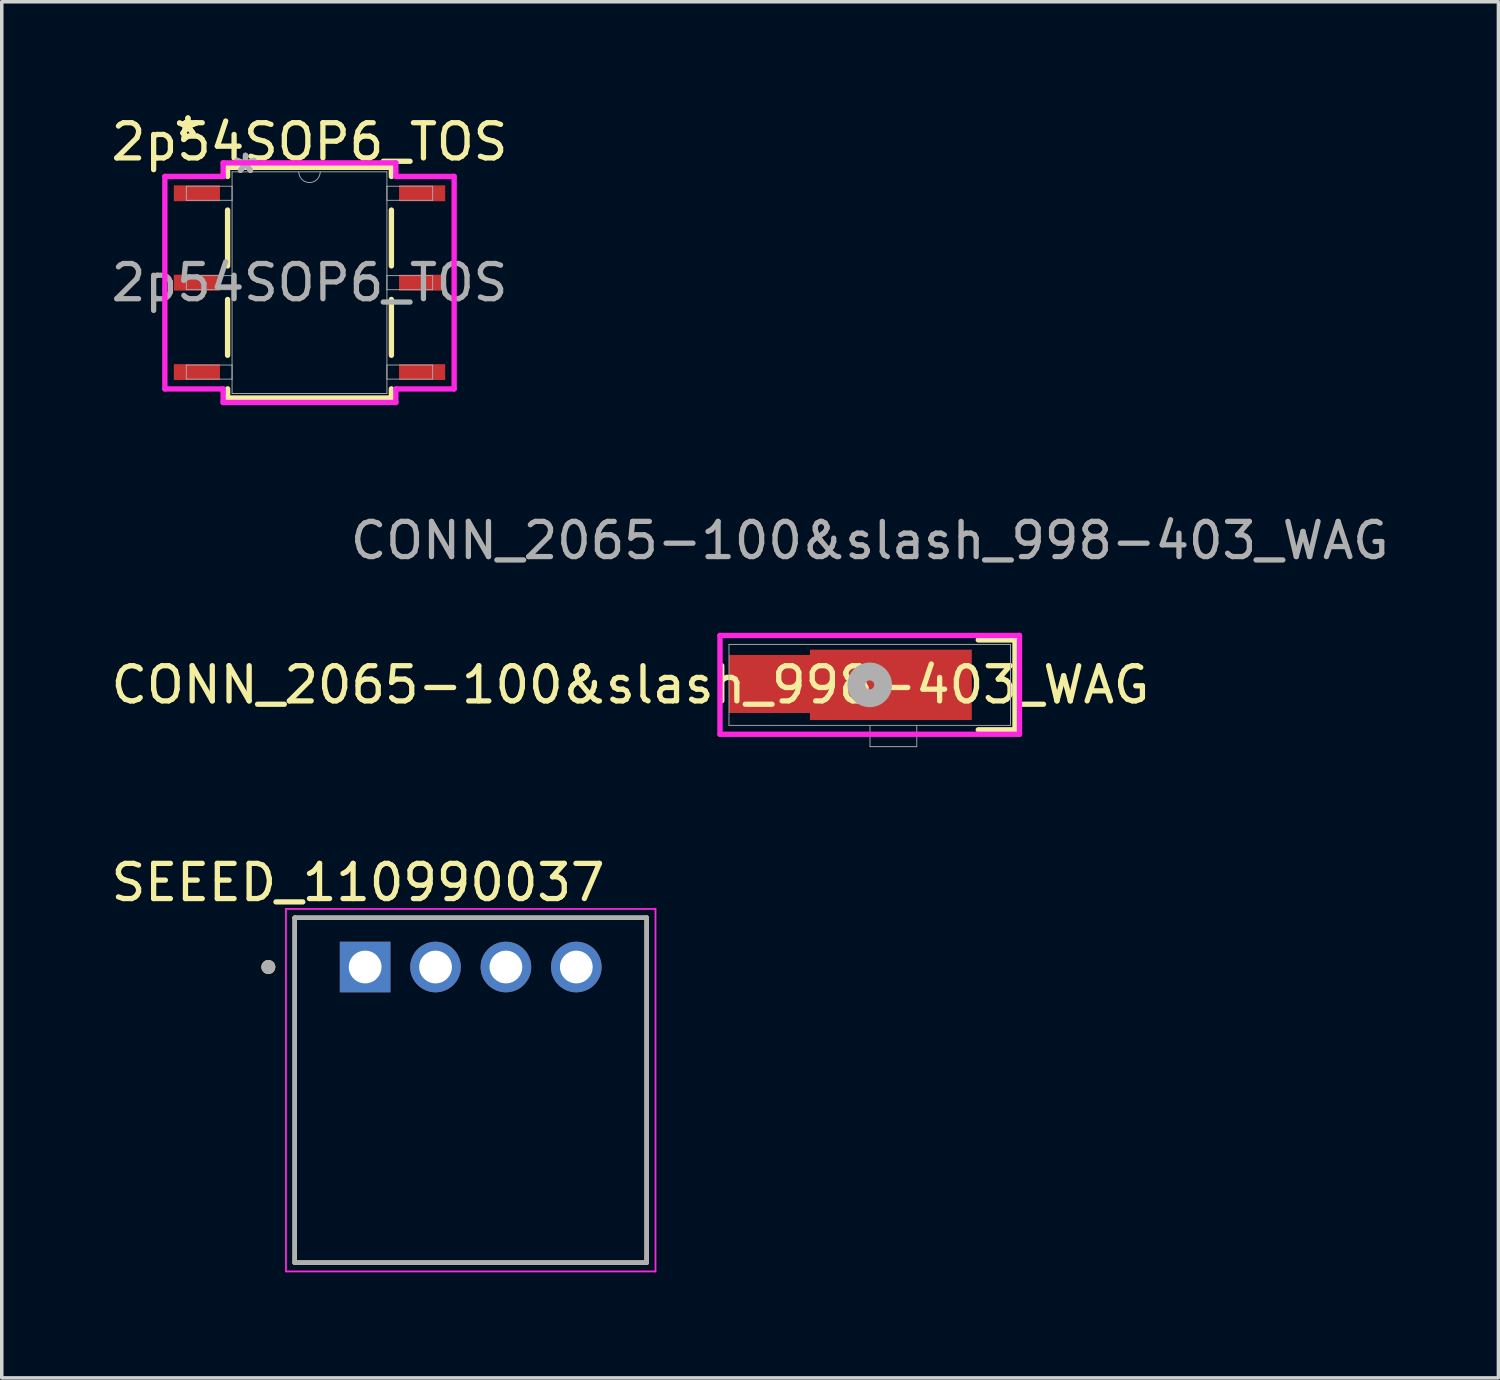
<source format=kicad_pcb>
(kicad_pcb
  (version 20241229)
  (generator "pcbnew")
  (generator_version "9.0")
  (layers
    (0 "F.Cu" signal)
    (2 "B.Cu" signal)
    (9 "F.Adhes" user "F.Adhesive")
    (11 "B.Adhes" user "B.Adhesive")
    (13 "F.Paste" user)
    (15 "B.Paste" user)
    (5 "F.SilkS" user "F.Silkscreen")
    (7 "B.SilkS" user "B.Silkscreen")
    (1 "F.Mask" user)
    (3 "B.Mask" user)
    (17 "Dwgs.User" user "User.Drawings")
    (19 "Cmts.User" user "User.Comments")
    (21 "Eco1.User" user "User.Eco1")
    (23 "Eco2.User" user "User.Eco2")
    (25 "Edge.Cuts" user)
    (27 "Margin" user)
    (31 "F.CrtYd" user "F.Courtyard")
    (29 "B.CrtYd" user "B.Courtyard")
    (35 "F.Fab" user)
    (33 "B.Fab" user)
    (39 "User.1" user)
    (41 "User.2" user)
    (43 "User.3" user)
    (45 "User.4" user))
  (footprint "2p54SOP6_TOS"
    (layer "F.Cu")
    (at 5.744 4.982)
    (property "Reference" "2p54SOP6_TOS" (at 0 -4 0) (unlocked yes) (layer "F.SilkS") (effects (font (size 1 1) (thickness 0.15))))
    (attr smd)
    (fp_line (start -2.327 -3.277) (end -2.327 -3.017) (stroke (width 0.152) (type solid)) (layer "F.SilkS"))
    (fp_line (start -2.327 -2.063) (end -2.327 -0.477) (stroke (width 0.152) (type solid)) (layer "F.SilkS"))
    (fp_line (start -2.327 0.477) (end -2.327 2.063) (stroke (width 0.152) (type solid)) (layer "F.SilkS"))
    (fp_line (start -2.327 3.017) (end -2.327 3.277) (stroke (width 0.152) (type solid)) (layer "F.SilkS"))
    (fp_line (start -2.327 3.277) (end 2.327 3.277) (stroke (width 0.152) (type solid)) (layer "F.SilkS"))
    (fp_line (start 2.327 -3.277) (end -2.327 -3.277) (stroke (width 0.152) (type solid)) (layer "F.SilkS"))
    (fp_line (start 2.327 -3.017) (end 2.327 -3.277) (stroke (width 0.152) (type solid)) (layer "F.SilkS"))
    (fp_line (start 2.327 -0.477) (end 2.327 -2.063) (stroke (width 0.152) (type solid)) (layer "F.SilkS"))
    (fp_line (start 2.327 2.063) (end 2.327 0.477) (stroke (width 0.152) (type solid)) (layer "F.SilkS"))
    (fp_line (start 2.327 3.277) (end 2.327 3.017) (stroke (width 0.152) (type solid)) (layer "F.SilkS"))
    (fp_line (start -4.11 -3.019) (end -2.454 -3.019) (stroke (width 0.152) (type solid)) (layer "F.CrtYd"))
    (fp_line (start -4.11 3.019) (end -4.11 -3.019) (stroke (width 0.152) (type solid)) (layer "F.CrtYd"))
    (fp_line (start -4.11 3.019) (end -2.454 3.019) (stroke (width 0.152) (type solid)) (layer "F.CrtYd"))
    (fp_line (start -2.454 -3.404) (end 2.454 -3.404) (stroke (width 0.152) (type solid)) (layer "F.CrtYd"))
    (fp_line (start -2.454 -3.019) (end -2.454 -3.404) (stroke (width 0.152) (type solid)) (layer "F.CrtYd"))
    (fp_line (start -2.454 3.404) (end -2.454 3.019) (stroke (width 0.152) (type solid)) (layer "F.CrtYd"))
    (fp_line (start 2.454 -3.404) (end 2.454 -3.019) (stroke (width 0.152) (type solid)) (layer "F.CrtYd"))
    (fp_line (start 2.454 3.019) (end 2.454 3.404) (stroke (width 0.152) (type solid)) (layer "F.CrtYd"))
    (fp_line (start 2.454 3.404) (end -2.454 3.404) (stroke (width 0.152) (type solid)) (layer "F.CrtYd"))
    (fp_line (start 4.11 -3.019) (end 2.454 -3.019) (stroke (width 0.152) (type solid)) (layer "F.CrtYd"))
    (fp_line (start 4.11 -3.019) (end 4.11 3.019) (stroke (width 0.152) (type solid)) (layer "F.CrtYd"))
    (fp_line (start 4.11 3.019) (end 2.454 3.019) (stroke (width 0.152) (type solid)) (layer "F.CrtYd"))
    (fp_line (start -3.5 -2.74) (end -3.5 -2.34) (stroke (width 0.025) (type solid)) (layer "F.Fab"))
    (fp_line (start -3.5 -2.34) (end -2.2 -2.34) (stroke (width 0.025) (type solid)) (layer "F.Fab"))
    (fp_line (start -3.5 -0.2) (end -3.5 0.2) (stroke (width 0.025) (type solid)) (layer "F.Fab"))
    (fp_line (start -3.5 0.2) (end -2.2 0.2) (stroke (width 0.025) (type solid)) (layer "F.Fab"))
    (fp_line (start -3.5 2.34) (end -3.5 2.74) (stroke (width 0.025) (type solid)) (layer "F.Fab"))
    (fp_line (start -3.5 2.74) (end -2.2 2.74) (stroke (width 0.025) (type solid)) (layer "F.Fab"))
    (fp_line (start -2.2 -3.15) (end -2.2 3.15) (stroke (width 0.025) (type solid)) (layer "F.Fab"))
    (fp_line (start -2.2 -2.74) (end -3.5 -2.74) (stroke (width 0.025) (type solid)) (layer "F.Fab"))
    (fp_line (start -2.2 -2.34) (end -2.2 -2.74) (stroke (width 0.025) (type solid)) (layer "F.Fab"))
    (fp_line (start -2.2 -0.2) (end -3.5 -0.2) (stroke (width 0.025) (type solid)) (layer "F.Fab"))
    (fp_line (start -2.2 0.2) (end -2.2 -0.2) (stroke (width 0.025) (type solid)) (layer "F.Fab"))
    (fp_line (start -2.2 2.34) (end -3.5 2.34) (stroke (width 0.025) (type solid)) (layer "F.Fab"))
    (fp_line (start -2.2 2.74) (end -2.2 2.34) (stroke (width 0.025) (type solid)) (layer "F.Fab"))
    (fp_line (start -2.2 3.15) (end 2.2 3.15) (stroke (width 0.025) (type solid)) (layer "F.Fab"))
    (fp_line (start 2.2 -3.15) (end -2.2 -3.15) (stroke (width 0.025) (type solid)) (layer "F.Fab"))
    (fp_line (start 2.2 -2.74) (end 2.2 -2.34) (stroke (width 0.025) (type solid)) (layer "F.Fab"))
    (fp_line (start 2.2 -2.34) (end 3.5 -2.34) (stroke (width 0.025) (type solid)) (layer "F.Fab"))
    (fp_line (start 2.2 -0.2) (end 2.2 0.2) (stroke (width 0.025) (type solid)) (layer "F.Fab"))
    (fp_line (start 2.2 0.2) (end 3.5 0.2) (stroke (width 0.025) (type solid)) (layer "F.Fab"))
    (fp_line (start 2.2 2.34) (end 2.2 2.74) (stroke (width 0.025) (type solid)) (layer "F.Fab"))
    (fp_line (start 2.2 2.74) (end 3.5 2.74) (stroke (width 0.025) (type solid)) (layer "F.Fab"))
    (fp_line (start 2.2 3.15) (end 2.2 -3.15) (stroke (width 0.025) (type solid)) (layer "F.Fab"))
    (fp_line (start 3.5 -2.74) (end 2.2 -2.74) (stroke (width 0.025) (type solid)) (layer "F.Fab"))
    (fp_line (start 3.5 -2.34) (end 3.5 -2.74) (stroke (width 0.025) (type solid)) (layer "F.Fab"))
    (fp_line (start 3.5 -0.2) (end 2.2 -0.2) (stroke (width 0.025) (type solid)) (layer "F.Fab"))
    (fp_line (start 3.5 0.2) (end 3.5 -0.2) (stroke (width 0.025) (type solid)) (layer "F.Fab"))
    (fp_line (start 3.5 2.34) (end 2.2 2.34) (stroke (width 0.025) (type solid)) (layer "F.Fab"))
    (fp_line (start 3.5 2.74) (end 3.5 2.34) (stroke (width 0.025) (type solid)) (layer "F.Fab"))
    (fp_arc (start 0.3048 -3.149999) (mid 0 -2.845199) (end -0.3048 -3.149999) (stroke (width 0.0254) (type solid)) (layer "F.Fab"))
    (fp_text user "*" (at -3.454 -4.134 0) (layer "F.SilkS") (effects (font (size 1 1) (thickness 0.15))))
    (fp_text user "*" (at -3.454 -4.134 0) (unlocked yes) (layer "F.SilkS") (effects (font (size 1 1) (thickness 0.15))))
    (fp_text user "*" (at -1.819 -3.074 0) (unlocked yes) (layer "F.Fab") (effects (font (size 1 1) (thickness 0.15))))
    (fp_text user "*" (at -1.819 -3.074 0) (layer "F.Fab") (effects (font (size 1 1) (thickness 0.15))))
    (fp_text user "${REFERENCE}" (at 0 0 0) (unlocked yes) (layer "F.Fab") (effects (font (size 1 1) (thickness 0.15))))
    (pad "1" smd rect (at -3.2 -2.54) (size 1.311 0.451) (layers "F.Cu" "F.Mask" "F.Paste"))
    (pad "2" smd rect (at -3.2 0) (size 1.311 0.451) (layers "F.Cu" "F.Mask" "F.Paste"))
    (pad "3" smd rect (at -3.2 2.54) (size 1.311 0.451) (layers "F.Cu" "F.Mask" "F.Paste"))
    (pad "4" smd rect (at 3.2 2.54) (size 1.311 0.451) (layers "F.Cu" "F.Mask" "F.Paste"))
    (pad "5" smd rect (at 3.2 0) (size 1.311 0.451) (layers "F.Cu" "F.Mask" "F.Paste"))
    (pad "6" smd rect (at 3.2 -2.54) (size 1.311 0.451) (layers "F.Cu" "F.Mask" "F.Paste")))
  (footprint "SEEED_110990037"
    (layer "F.Cu")
    (at 10.325 27.927)
    (property "Reference" "SEEED_110990037" (at -3.2 -5.9 0) (layer "F.SilkS") (effects (font (size 1 1) (thickness 0.15))))
    (attr through_hole)
    (fp_line (start -5 -4.9) (end 5 -4.9) (stroke (width 0.127) (type solid)) (layer "F.SilkS"))
    (fp_line (start -5 4.9) (end -5 -4.9) (stroke (width 0.127) (type solid)) (layer "F.SilkS"))
    (fp_line (start 5 -4.9) (end 5 4.9) (stroke (width 0.127) (type solid)) (layer "F.SilkS"))
    (fp_line (start 5 4.9) (end -5 4.9) (stroke (width 0.127) (type solid)) (layer "F.SilkS"))
    (fp_circle (center -5.75 -3.5) (end -5.65 -3.5) (stroke (width 0.2) (type solid)) (fill no) (layer "F.SilkS"))
    (fp_line (start -5.25 -5.15) (end -5.25 5.15) (stroke (width 0.05) (type solid)) (layer "F.CrtYd"))
    (fp_line (start -5.25 5.15) (end 5.25 5.15) (stroke (width 0.05) (type solid)) (layer "F.CrtYd"))
    (fp_line (start 5.25 -5.15) (end -5.25 -5.15) (stroke (width 0.05) (type solid)) (layer "F.CrtYd"))
    (fp_line (start 5.25 5.15) (end 5.25 -5.15) (stroke (width 0.05) (type solid)) (layer "F.CrtYd"))
    (fp_line (start -5 -4.9) (end 5 -4.9) (stroke (width 0.127) (type solid)) (layer "F.Fab"))
    (fp_line (start -5 4.9) (end -5 -4.9) (stroke (width 0.127) (type solid)) (layer "F.Fab"))
    (fp_line (start 5 -4.9) (end 5 4.9) (stroke (width 0.127) (type solid)) (layer "F.Fab"))
    (fp_line (start 5 4.9) (end -5 4.9) (stroke (width 0.127) (type solid)) (layer "F.Fab"))
    (fp_circle (center -5.75 -3.5) (end -5.65 -3.5) (stroke (width 0.2) (type solid)) (fill no) (layer "F.Fab"))
    (pad "1" thru_hole rect (at -3 -3.5) (size 1.438 1.438) (drill 0.93) (layers "*.Cu" "*.Mask"))
    (pad "2" thru_hole circle (at -1 -3.5) (size 1.438 1.438) (drill 0.93) (layers "*.Cu" "*.Mask"))
    (pad "3" thru_hole circle (at 1 -3.5) (size 1.438 1.438) (drill 0.93) (layers "*.Cu" "*.Mask"))
    (pad "4" thru_hole circle (at 3 -3.5) (size 1.438 1.438) (drill 0.93) (layers "*.Cu" "*.Mask")))
  (footprint "CONN_2065-100&slash_998-403_WAG"
    (layer "F.Cu")
    (at 21.663 16.41)
    (property "Reference" "CONN_2065-100&slash_998-403_WAG" (at -6.8 0 0) (unlocked yes) (layer "F.SilkS") (effects (font (size 1 1) (thickness 0.15))))
    (attr smd)
    (fp_poly (pts (xy -4 -0.85) (xy -1.7 -0.85) (xy -1.7 -1) (xy 2.9 -1) (xy 2.9 1) (xy -1.7 1) (xy -1.7 0.8) (xy -4 0.8)) (stroke (width 0) (type solid)) (fill yes) (layer "F.Cu"))
    (fp_poly (pts (xy -4 -0.85) (xy -1.7 -0.85) (xy -1.7 -1) (xy 2.9 -1) (xy 2.9 1) (xy -1.7 1) (xy -1.7 0.8) (xy -4 0.8)) (stroke (width 0) (type solid)) (fill yes) (layer "F.Mask"))
    (fp_line (start 3.084 1.277) (end 4.128 1.277) (stroke (width 0.152) (type solid)) (layer "F.SilkS"))
    (fp_line (start 4.128 -1.277) (end 3.084 -1.277) (stroke (width 0.152) (type solid)) (layer "F.SilkS"))
    (fp_line (start 4.128 1.277) (end 4.128 -1.277) (stroke (width 0.152) (type solid)) (layer "F.SilkS"))
    (fp_poly (pts (xy -4 -0.85) (xy -1.7 -0.85) (xy -1.7 -1) (xy 2.9 -1) (xy 2.9 1) (xy -1.7 1) (xy -1.7 0.8) (xy -4 0.8)) (stroke (width 0) (type solid)) (fill yes) (layer "F.Paste"))
    (fp_line (start -4.255 -1.404) (end -4.255 1.404) (stroke (width 0.152) (type solid)) (layer "F.CrtYd"))
    (fp_line (start -4.255 1.404) (end 4.255 1.404) (stroke (width 0.152) (type solid)) (layer "F.CrtYd"))
    (fp_line (start 4.255 -1.404) (end -4.255 -1.404) (stroke (width 0.152) (type solid)) (layer "F.CrtYd"))
    (fp_line (start 4.255 1.404) (end 4.255 -1.404) (stroke (width 0.152) (type solid)) (layer "F.CrtYd"))
    (fp_line (start -4 -1.15) (end -4 1.15) (stroke (width 0.025) (type solid)) (layer "F.Fab"))
    (fp_line (start -4 1.15) (end 4 1.15) (stroke (width 0.025) (type solid)) (layer "F.Fab"))
    (fp_line (start 0.007 1.15) (end 0.007 1.756) (stroke (width 0.025) (type solid)) (layer "F.Fab"))
    (fp_line (start 0.007 1.756) (end 1.337 1.756) (stroke (width 0.025) (type solid)) (layer "F.Fab"))
    (fp_line (start 1.337 1.756) (end 1.337 1.15) (stroke (width 0.025) (type solid)) (layer "F.Fab"))
    (fp_line (start 4 -1.15) (end -4 -1.15) (stroke (width 0.025) (type solid)) (layer "F.Fab"))
    (fp_line (start 4 1.15) (end 4 -1.15) (stroke (width 0.025) (type solid)) (layer "F.Fab"))
    (fp_circle (center 0 0) (end 0.381 0) (stroke (width 0.508) (type solid)) (fill no) (layer "F.Fab"))
    (fp_text user "${REFERENCE}" (at 0 -4.1 0) (unlocked yes) (layer "F.Fab") (effects (font (size 1 1) (thickness 0.15))))
    (pad "1" smd rect (at -0.55 0) (size 0.127 0.127) (layers "F.Cu" "F.Mask" "F.Paste")))
  (gr_rect
    (start -3 -3)
    (end 39.526 36.102)
    (stroke (width 0.1) (type default))
    (fill no)
    (layer "Edge.Cuts")))
</source>
